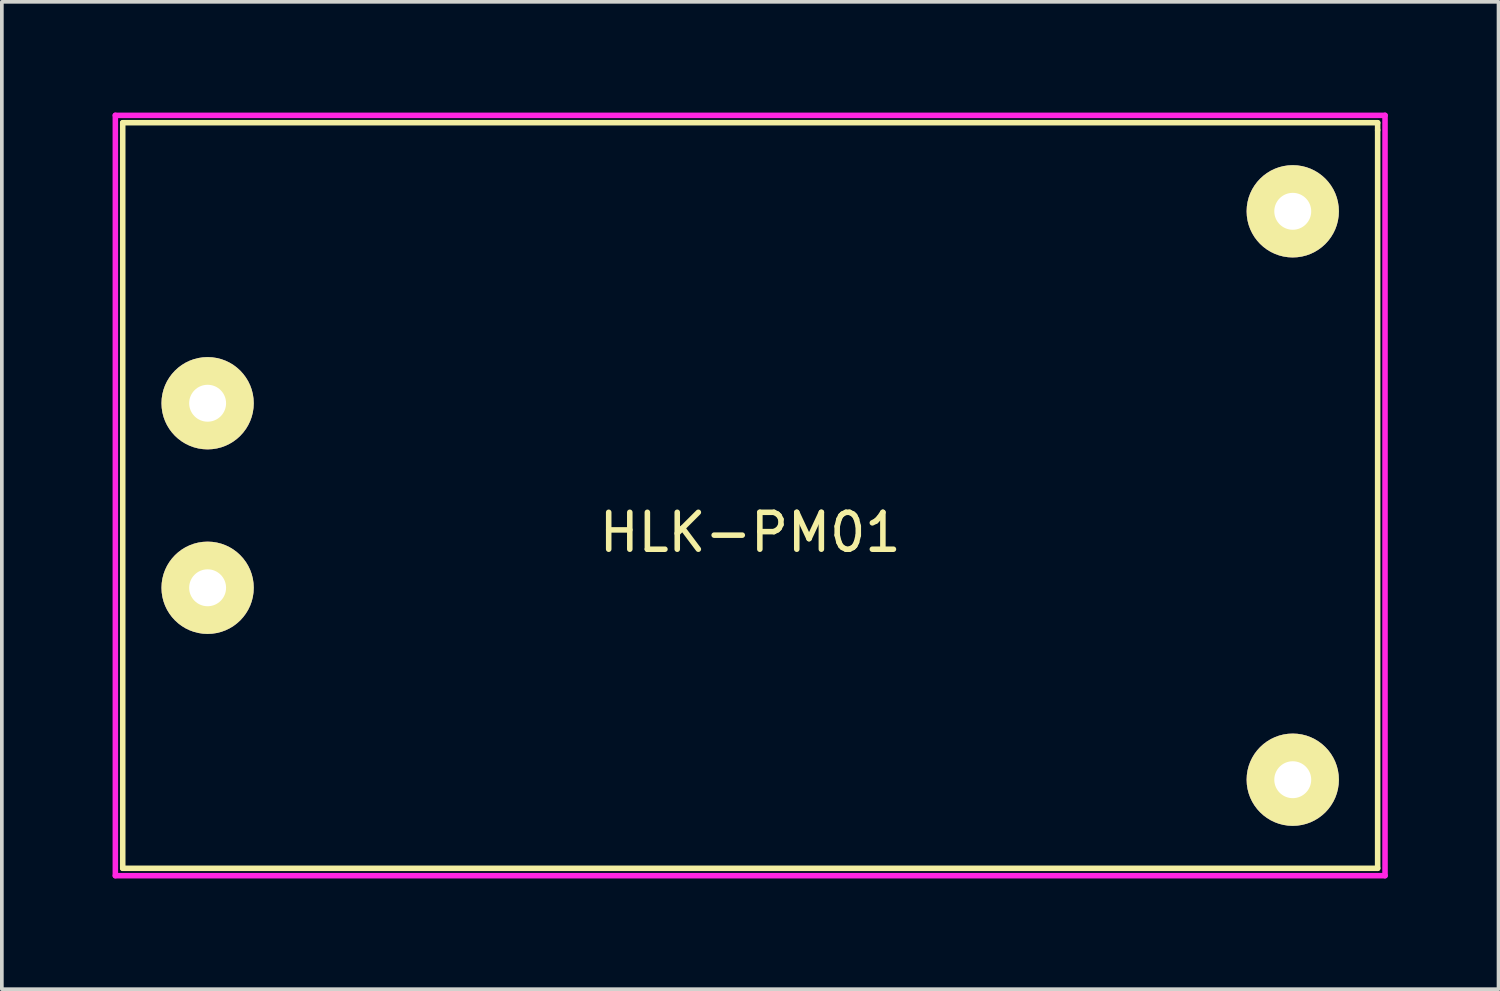
<source format=kicad_pcb>
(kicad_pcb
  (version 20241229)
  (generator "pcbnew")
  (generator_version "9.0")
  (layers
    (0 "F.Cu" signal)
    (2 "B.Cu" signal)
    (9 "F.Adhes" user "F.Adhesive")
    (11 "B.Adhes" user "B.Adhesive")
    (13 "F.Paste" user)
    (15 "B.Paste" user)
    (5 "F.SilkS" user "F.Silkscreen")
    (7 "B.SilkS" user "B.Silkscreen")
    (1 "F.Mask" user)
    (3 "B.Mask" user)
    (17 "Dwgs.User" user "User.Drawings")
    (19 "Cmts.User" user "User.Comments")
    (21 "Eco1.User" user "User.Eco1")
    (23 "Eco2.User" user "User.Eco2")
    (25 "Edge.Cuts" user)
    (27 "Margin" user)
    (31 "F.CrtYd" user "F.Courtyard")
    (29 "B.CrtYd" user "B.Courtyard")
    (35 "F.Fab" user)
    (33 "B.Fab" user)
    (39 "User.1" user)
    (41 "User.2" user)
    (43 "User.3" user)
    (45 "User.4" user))
  (footprint "HLK-PM01"
    (layer "F.Cu")
    (at 17.275 10.375)
    (property "Reference" "HLK-PM01" (at 0 1 0) (layer "F.SilkS") (effects (font (size 1 1) (thickness 0.15))))
    (attr through_hole)
    (fp_line (start -17 -10.1) (end -17 10.1) (stroke (width 0.15) (type solid)) (layer "F.SilkS"))
    (fp_line (start -17 10.1) (end 17 10.1) (stroke (width 0.15) (type solid)) (layer "F.SilkS"))
    (fp_line (start 17 -10.1) (end -17 -10.1) (stroke (width 0.15) (type solid)) (layer "F.SilkS"))
    (fp_line (start 17 -9.9) (end 17 -10.1) (stroke (width 0.15) (type solid)) (layer "F.SilkS"))
    (fp_line (start 17 10.1) (end 17 -9.9) (stroke (width 0.15) (type solid)) (layer "F.SilkS"))
    (fp_line (start -17.2 -10.3) (end -17.2 10.3) (stroke (width 0.15) (type solid)) (layer "F.CrtYd"))
    (fp_line (start -17.2 10.3) (end 17.2 10.3) (stroke (width 0.15) (type solid)) (layer "F.CrtYd"))
    (fp_line (start 17.2 -10.3) (end -17.2 -10.3) (stroke (width 0.15) (type solid)) (layer "F.CrtYd"))
    (fp_line (start 17.2 10.3) (end 17.2 -10.3) (stroke (width 0.15) (type solid)) (layer "F.CrtYd"))
    (pad "1" thru_hole circle (at -14.7 -2.5) (size 2.5 2.5) (drill 1) (layers "*.Cu" "*.Mask" "F.SilkS"))
    (pad "2" thru_hole circle (at -14.7 2.5) (size 2.5 2.5) (drill 1) (layers "*.Cu" "*.Mask" "F.SilkS"))
    (pad "3" thru_hole circle (at 14.7 -7.7) (size 2.5 2.5) (drill 1) (layers "*.Cu" "*.Mask" "F.SilkS"))
    (pad "4" thru_hole circle (at 14.7 7.7) (size 2.5 2.5) (drill 1) (layers "*.Cu" "*.Mask" "F.SilkS")))
  (gr_rect
    (start -3 -3)
    (end 37.55 23.75)
    (stroke (width 0.1) (type default))
    (fill no)
    (layer "Edge.Cuts")))
</source>
